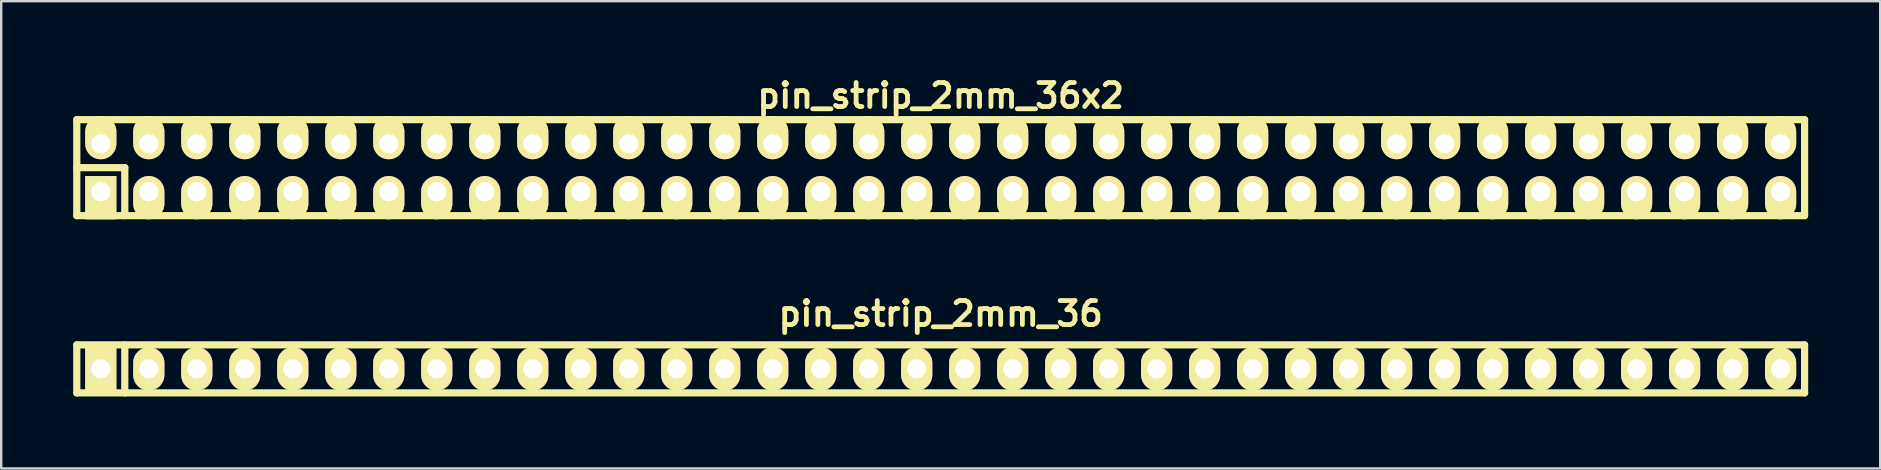
<source format=kicad_pcb>
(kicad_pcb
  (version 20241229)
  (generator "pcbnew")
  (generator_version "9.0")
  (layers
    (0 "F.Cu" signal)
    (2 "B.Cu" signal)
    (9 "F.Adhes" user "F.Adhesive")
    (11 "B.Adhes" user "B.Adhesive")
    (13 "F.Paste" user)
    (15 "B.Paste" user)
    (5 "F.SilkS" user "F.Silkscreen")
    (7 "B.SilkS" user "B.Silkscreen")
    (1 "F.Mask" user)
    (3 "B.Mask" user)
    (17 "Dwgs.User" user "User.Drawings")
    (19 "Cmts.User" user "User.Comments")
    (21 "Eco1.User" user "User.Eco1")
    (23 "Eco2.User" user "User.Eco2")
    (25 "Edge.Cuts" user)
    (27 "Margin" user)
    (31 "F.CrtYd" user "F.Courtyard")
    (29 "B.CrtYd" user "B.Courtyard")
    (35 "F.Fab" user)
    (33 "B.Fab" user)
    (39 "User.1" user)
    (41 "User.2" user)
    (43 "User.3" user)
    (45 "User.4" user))
  (footprint "pin_strip_2mm_36"
    (layer "F.Cu")
    (at 36.15 12.322)
    (property "Reference" "pin_strip_2mm_36" (at 0 -2.3 0) (layer "F.SilkS") (effects (font (size 1 1) (thickness 0.2))))
    (attr through_hole)
    (fp_line (start -36 -1) (end 36 -1) (stroke (width 0.3) (type solid)) (layer "F.SilkS"))
    (fp_line (start -36 1) (end -36 -1) (stroke (width 0.3) (type solid)) (layer "F.SilkS"))
    (fp_line (start -34 -1) (end -34 1) (stroke (width 0.3) (type solid)) (layer "F.SilkS"))
    (fp_line (start 36 -1) (end 36 1) (stroke (width 0.3) (type solid)) (layer "F.SilkS"))
    (fp_line (start 36 1) (end -36 1) (stroke (width 0.3) (type solid)) (layer "F.SilkS"))
    (pad "1" thru_hole rect (at -35 0) (size 1.3 1.8) (drill 0.8) (layers "*.Cu" "*.Mask" "F.SilkS"))
    (pad "2" thru_hole oval (at -33 0) (size 1.3 1.8) (drill 0.8) (layers "*.Cu" "*.Mask" "F.SilkS"))
    (pad "3" thru_hole oval (at -31 0) (size 1.3 1.8) (drill 0.8) (layers "*.Cu" "*.Mask" "F.SilkS"))
    (pad "4" thru_hole oval (at -29 0) (size 1.3 1.8) (drill 0.8) (layers "*.Cu" "*.Mask" "F.SilkS"))
    (pad "5" thru_hole oval (at -27 0) (size 1.3 1.8) (drill 0.8) (layers "*.Cu" "*.Mask" "F.SilkS"))
    (pad "6" thru_hole oval (at -25 0) (size 1.3 1.8) (drill 0.8) (layers "*.Cu" "*.Mask" "F.SilkS"))
    (pad "7" thru_hole oval (at -23 0) (size 1.3 1.8) (drill 0.8) (layers "*.Cu" "*.Mask" "F.SilkS"))
    (pad "8" thru_hole oval (at -21 0) (size 1.3 1.8) (drill 0.8) (layers "*.Cu" "*.Mask" "F.SilkS"))
    (pad "9" thru_hole oval (at -19 0) (size 1.3 1.8) (drill 0.8) (layers "*.Cu" "*.Mask" "F.SilkS"))
    (pad "10" thru_hole oval (at -17 0) (size 1.3 1.8) (drill 0.8) (layers "*.Cu" "*.Mask" "F.SilkS"))
    (pad "11" thru_hole oval (at -15 0) (size 1.3 1.8) (drill 0.8) (layers "*.Cu" "*.Mask" "F.SilkS"))
    (pad "12" thru_hole oval (at -13 0) (size 1.3 1.8) (drill 0.8) (layers "*.Cu" "*.Mask" "F.SilkS"))
    (pad "13" thru_hole oval (at -11 0) (size 1.3 1.8) (drill 0.8) (layers "*.Cu" "*.Mask" "F.SilkS"))
    (pad "14" thru_hole oval (at -9 0) (size 1.3 1.8) (drill 0.8) (layers "*.Cu" "*.Mask" "F.SilkS"))
    (pad "15" thru_hole oval (at -7 0) (size 1.3 1.8) (drill 0.8) (layers "*.Cu" "*.Mask" "F.SilkS"))
    (pad "16" thru_hole oval (at -5 0) (size 1.3 1.8) (drill 0.8) (layers "*.Cu" "*.Mask" "F.SilkS"))
    (pad "17" thru_hole oval (at -3 0) (size 1.3 1.8) (drill 0.8) (layers "*.Cu" "*.Mask" "F.SilkS"))
    (pad "18" thru_hole oval (at -1 0) (size 1.3 1.8) (drill 0.8) (layers "*.Cu" "*.Mask" "F.SilkS"))
    (pad "19" thru_hole oval (at 1 0) (size 1.3 1.8) (drill 0.8) (layers "*.Cu" "*.Mask" "F.SilkS"))
    (pad "20" thru_hole oval (at 3 0) (size 1.3 1.8) (drill 0.8) (layers "*.Cu" "*.Mask" "F.SilkS"))
    (pad "21" thru_hole oval (at 5 0) (size 1.3 1.8) (drill 0.8) (layers "*.Cu" "*.Mask" "F.SilkS"))
    (pad "22" thru_hole oval (at 7 0) (size 1.3 1.8) (drill 0.8) (layers "*.Cu" "*.Mask" "F.SilkS"))
    (pad "23" thru_hole oval (at 9 0) (size 1.3 1.8) (drill 0.8) (layers "*.Cu" "*.Mask" "F.SilkS"))
    (pad "24" thru_hole oval (at 11 0) (size 1.3 1.8) (drill 0.8) (layers "*.Cu" "*.Mask" "F.SilkS"))
    (pad "25" thru_hole oval (at 13 0) (size 1.3 1.8) (drill 0.8) (layers "*.Cu" "*.Mask" "F.SilkS"))
    (pad "26" thru_hole oval (at 15 0) (size 1.3 1.8) (drill 0.8) (layers "*.Cu" "*.Mask" "F.SilkS"))
    (pad "27" thru_hole oval (at 17 0) (size 1.3 1.8) (drill 0.8) (layers "*.Cu" "*.Mask" "F.SilkS"))
    (pad "28" thru_hole oval (at 19 0) (size 1.3 1.8) (drill 0.8) (layers "*.Cu" "*.Mask" "F.SilkS"))
    (pad "29" thru_hole oval (at 21 0) (size 1.3 1.8) (drill 0.8) (layers "*.Cu" "*.Mask" "F.SilkS"))
    (pad "30" thru_hole oval (at 23 0) (size 1.3 1.8) (drill 0.8) (layers "*.Cu" "*.Mask" "F.SilkS"))
    (pad "31" thru_hole oval (at 25 0) (size 1.3 1.8) (drill 0.8) (layers "*.Cu" "*.Mask" "F.SilkS"))
    (pad "32" thru_hole oval (at 27 0) (size 1.3 1.8) (drill 0.8) (layers "*.Cu" "*.Mask" "F.SilkS"))
    (pad "33" thru_hole oval (at 29 0) (size 1.3 1.8) (drill 0.8) (layers "*.Cu" "*.Mask" "F.SilkS"))
    (pad "34" thru_hole oval (at 31 0) (size 1.3 1.8) (drill 0.8) (layers "*.Cu" "*.Mask" "F.SilkS"))
    (pad "35" thru_hole oval (at 33 0) (size 1.3 1.8) (drill 0.8) (layers "*.Cu" "*.Mask" "F.SilkS"))
    (pad "36" thru_hole oval (at 35 0) (size 1.3 1.8) (drill 0.8) (layers "*.Cu" "*.Mask" "F.SilkS")))
  (footprint "pin_strip_2mm_36x2"
    (layer "F.Cu")
    (at 36.15 3.936)
    (property "Reference" "pin_strip_2mm_36x2" (at 0 -3 0) (layer "F.SilkS") (effects (font (size 1 1) (thickness 0.2))))
    (attr through_hole)
    (fp_line (start -36 -2) (end 36 -2) (stroke (width 0.3) (type solid)) (layer "F.SilkS"))
    (fp_line (start -36 0) (end -34 0) (stroke (width 0.3) (type solid)) (layer "F.SilkS"))
    (fp_line (start -36 2) (end -36 -2) (stroke (width 0.3) (type solid)) (layer "F.SilkS"))
    (fp_line (start -34 0) (end -34 2) (stroke (width 0.3) (type solid)) (layer "F.SilkS"))
    (fp_line (start 36 -2) (end 36 2) (stroke (width 0.3) (type solid)) (layer "F.SilkS"))
    (fp_line (start 36 2) (end -36 2) (stroke (width 0.3) (type solid)) (layer "F.SilkS"))
    (pad "1" thru_hole rect (at -35 1) (size 1.3 1.8) (drill 0.8 (offset 0 0.25)) (layers "*.Cu" "*.Mask" "F.SilkS"))
    (pad "2" thru_hole oval (at -35 -1) (size 1.3 1.8) (drill 0.8 (offset 0 -0.25)) (layers "*.Cu" "*.Mask" "F.SilkS"))
    (pad "3" thru_hole oval (at -33 1) (size 1.3 1.8) (drill 0.8 (offset 0 0.25)) (layers "*.Cu" "*.Mask" "F.SilkS"))
    (pad "4" thru_hole oval (at -33 -1) (size 1.3 1.8) (drill 0.8 (offset 0 -0.25)) (layers "*.Cu" "*.Mask" "F.SilkS"))
    (pad "5" thru_hole oval (at -31 1) (size 1.3 1.8) (drill 0.8 (offset 0 0.25)) (layers "*.Cu" "*.Mask" "F.SilkS"))
    (pad "6" thru_hole oval (at -31 -1) (size 1.3 1.8) (drill 0.8 (offset 0 -0.25)) (layers "*.Cu" "*.Mask" "F.SilkS"))
    (pad "7" thru_hole oval (at -29 1) (size 1.3 1.8) (drill 0.8 (offset 0 0.25)) (layers "*.Cu" "*.Mask" "F.SilkS"))
    (pad "8" thru_hole oval (at -29 -1) (size 1.3 1.8) (drill 0.8 (offset 0 -0.25)) (layers "*.Cu" "*.Mask" "F.SilkS"))
    (pad "9" thru_hole oval (at -27 1) (size 1.3 1.8) (drill 0.8 (offset 0 0.25)) (layers "*.Cu" "*.Mask" "F.SilkS"))
    (pad "10" thru_hole oval (at -27 -1) (size 1.3 1.8) (drill 0.8 (offset 0 -0.25)) (layers "*.Cu" "*.Mask" "F.SilkS"))
    (pad "11" thru_hole oval (at -25 1) (size 1.3 1.8) (drill 0.8 (offset 0 0.25)) (layers "*.Cu" "*.Mask" "F.SilkS"))
    (pad "12" thru_hole oval (at -25 -1) (size 1.3 1.8) (drill 0.8 (offset 0 -0.25)) (layers "*.Cu" "*.Mask" "F.SilkS"))
    (pad "13" thru_hole oval (at -23 1) (size 1.3 1.8) (drill 0.8 (offset 0 0.25)) (layers "*.Cu" "*.Mask" "F.SilkS"))
    (pad "14" thru_hole oval (at -23 -1) (size 1.3 1.8) (drill 0.8 (offset 0 -0.25)) (layers "*.Cu" "*.Mask" "F.SilkS"))
    (pad "15" thru_hole oval (at -21 1) (size 1.3 1.8) (drill 0.8 (offset 0 0.25)) (layers "*.Cu" "*.Mask" "F.SilkS"))
    (pad "16" thru_hole oval (at -21 -1) (size 1.3 1.8) (drill 0.8 (offset 0 -0.25)) (layers "*.Cu" "*.Mask" "F.SilkS"))
    (pad "17" thru_hole oval (at -19 1) (size 1.3 1.8) (drill 0.8 (offset 0 0.25)) (layers "*.Cu" "*.Mask" "F.SilkS"))
    (pad "18" thru_hole oval (at -19 -1) (size 1.3 1.8) (drill 0.8 (offset 0 -0.25)) (layers "*.Cu" "*.Mask" "F.SilkS"))
    (pad "19" thru_hole oval (at -17 1) (size 1.3 1.8) (drill 0.8 (offset 0 0.25)) (layers "*.Cu" "*.Mask" "F.SilkS"))
    (pad "20" thru_hole oval (at -17 -1) (size 1.3 1.8) (drill 0.8 (offset 0 -0.25)) (layers "*.Cu" "*.Mask" "F.SilkS"))
    (pad "21" thru_hole oval (at -15 1) (size 1.3 1.8) (drill 0.8 (offset 0 0.25)) (layers "*.Cu" "*.Mask" "F.SilkS"))
    (pad "22" thru_hole oval (at -15 -1) (size 1.3 1.8) (drill 0.8 (offset 0 -0.25)) (layers "*.Cu" "*.Mask" "F.SilkS"))
    (pad "23" thru_hole oval (at -13 1) (size 1.3 1.8) (drill 0.8 (offset 0 0.25)) (layers "*.Cu" "*.Mask" "F.SilkS"))
    (pad "24" thru_hole oval (at -13 -1) (size 1.3 1.8) (drill 0.8 (offset 0 -0.25)) (layers "*.Cu" "*.Mask" "F.SilkS"))
    (pad "25" thru_hole oval (at -11 1) (size 1.3 1.8) (drill 0.8 (offset 0 0.25)) (layers "*.Cu" "*.Mask" "F.SilkS"))
    (pad "26" thru_hole oval (at -11 -1) (size 1.3 1.8) (drill 0.8 (offset 0 -0.25)) (layers "*.Cu" "*.Mask" "F.SilkS"))
    (pad "27" thru_hole oval (at -9 1) (size 1.3 1.8) (drill 0.8 (offset 0 0.25)) (layers "*.Cu" "*.Mask" "F.SilkS"))
    (pad "28" thru_hole oval (at -9 -1) (size 1.3 1.8) (drill 0.8 (offset 0 -0.25)) (layers "*.Cu" "*.Mask" "F.SilkS"))
    (pad "29" thru_hole oval (at -7 1) (size 1.3 1.8) (drill 0.8 (offset 0 0.25)) (layers "*.Cu" "*.Mask" "F.SilkS"))
    (pad "30" thru_hole oval (at -7 -1) (size 1.3 1.8) (drill 0.8 (offset 0 -0.25)) (layers "*.Cu" "*.Mask" "F.SilkS"))
    (pad "31" thru_hole oval (at -5 1) (size 1.3 1.8) (drill 0.8 (offset 0 0.25)) (layers "*.Cu" "*.Mask" "F.SilkS"))
    (pad "32" thru_hole oval (at -5 -1) (size 1.3 1.8) (drill 0.8 (offset 0 -0.25)) (layers "*.Cu" "*.Mask" "F.SilkS"))
    (pad "33" thru_hole oval (at -3 1) (size 1.3 1.8) (drill 0.8 (offset 0 0.25)) (layers "*.Cu" "*.Mask" "F.SilkS"))
    (pad "34" thru_hole oval (at -3 -1) (size 1.3 1.8) (drill 0.8 (offset 0 -0.25)) (layers "*.Cu" "*.Mask" "F.SilkS"))
    (pad "35" thru_hole oval (at -1 1) (size 1.3 1.8) (drill 0.8 (offset 0 0.25)) (layers "*.Cu" "*.Mask" "F.SilkS"))
    (pad "36" thru_hole oval (at -1 -1) (size 1.3 1.8) (drill 0.8 (offset 0 -0.25)) (layers "*.Cu" "*.Mask" "F.SilkS"))
    (pad "37" thru_hole oval (at 1 1) (size 1.3 1.8) (drill 0.8 (offset 0 0.25)) (layers "*.Cu" "*.Mask" "F.SilkS"))
    (pad "38" thru_hole oval (at 1 -1) (size 1.3 1.8) (drill 0.8 (offset 0 -0.25)) (layers "*.Cu" "*.Mask" "F.SilkS"))
    (pad "39" thru_hole oval (at 3 1) (size 1.3 1.8) (drill 0.8 (offset 0 0.25)) (layers "*.Cu" "*.Mask" "F.SilkS"))
    (pad "40" thru_hole oval (at 3 -1) (size 1.3 1.8) (drill 0.8 (offset 0 -0.25)) (layers "*.Cu" "*.Mask" "F.SilkS"))
    (pad "41" thru_hole oval (at 5 1) (size 1.3 1.8) (drill 0.8 (offset 0 0.25)) (layers "*.Cu" "*.Mask" "F.SilkS"))
    (pad "42" thru_hole oval (at 5 -1) (size 1.3 1.8) (drill 0.8 (offset 0 -0.25)) (layers "*.Cu" "*.Mask" "F.SilkS"))
    (pad "43" thru_hole oval (at 7 1) (size 1.3 1.8) (drill 0.8 (offset 0 0.25)) (layers "*.Cu" "*.Mask" "F.SilkS"))
    (pad "44" thru_hole oval (at 7 -1) (size 1.3 1.8) (drill 0.8 (offset 0 -0.25)) (layers "*.Cu" "*.Mask" "F.SilkS"))
    (pad "45" thru_hole oval (at 9 1) (size 1.3 1.8) (drill 0.8 (offset 0 0.25)) (layers "*.Cu" "*.Mask" "F.SilkS"))
    (pad "46" thru_hole oval (at 9 -1) (size 1.3 1.8) (drill 0.8 (offset 0 -0.25)) (layers "*.Cu" "*.Mask" "F.SilkS"))
    (pad "47" thru_hole oval (at 11 1) (size 1.3 1.8) (drill 0.8 (offset 0 0.25)) (layers "*.Cu" "*.Mask" "F.SilkS"))
    (pad "48" thru_hole oval (at 11 -1) (size 1.3 1.8) (drill 0.8 (offset 0 -0.25)) (layers "*.Cu" "*.Mask" "F.SilkS"))
    (pad "49" thru_hole oval (at 13 1) (size 1.3 1.8) (drill 0.8 (offset 0 0.25)) (layers "*.Cu" "*.Mask" "F.SilkS"))
    (pad "50" thru_hole oval (at 13 -1) (size 1.3 1.8) (drill 0.8 (offset 0 -0.25)) (layers "*.Cu" "*.Mask" "F.SilkS"))
    (pad "51" thru_hole oval (at 15 1) (size 1.3 1.8) (drill 0.8 (offset 0 0.25)) (layers "*.Cu" "*.Mask" "F.SilkS"))
    (pad "52" thru_hole oval (at 15 -1) (size 1.3 1.8) (drill 0.8 (offset 0 -0.25)) (layers "*.Cu" "*.Mask" "F.SilkS"))
    (pad "53" thru_hole oval (at 17 1) (size 1.3 1.8) (drill 0.8 (offset 0 0.25)) (layers "*.Cu" "*.Mask" "F.SilkS"))
    (pad "54" thru_hole oval (at 17 -1) (size 1.3 1.8) (drill 0.8 (offset 0 -0.25)) (layers "*.Cu" "*.Mask" "F.SilkS"))
    (pad "55" thru_hole oval (at 19 1) (size 1.3 1.8) (drill 0.8 (offset 0 0.25)) (layers "*.Cu" "*.Mask" "F.SilkS"))
    (pad "56" thru_hole oval (at 19 -1) (size 1.3 1.8) (drill 0.8 (offset 0 -0.25)) (layers "*.Cu" "*.Mask" "F.SilkS"))
    (pad "57" thru_hole oval (at 21 1) (size 1.3 1.8) (drill 0.8 (offset 0 0.25)) (layers "*.Cu" "*.Mask" "F.SilkS"))
    (pad "58" thru_hole oval (at 21 -1) (size 1.3 1.8) (drill 0.8 (offset 0 -0.25)) (layers "*.Cu" "*.Mask" "F.SilkS"))
    (pad "59" thru_hole oval (at 23 1) (size 1.3 1.8) (drill 0.8 (offset 0 0.25)) (layers "*.Cu" "*.Mask" "F.SilkS"))
    (pad "60" thru_hole oval (at 23 -1) (size 1.3 1.8) (drill 0.8 (offset 0 -0.25)) (layers "*.Cu" "*.Mask" "F.SilkS"))
    (pad "61" thru_hole oval (at 25 1) (size 1.3 1.8) (drill 0.8 (offset 0 0.25)) (layers "*.Cu" "*.Mask" "F.SilkS"))
    (pad "62" thru_hole oval (at 25 -1) (size 1.3 1.8) (drill 0.8 (offset 0 -0.25)) (layers "*.Cu" "*.Mask" "F.SilkS"))
    (pad "63" thru_hole oval (at 27 1) (size 1.3 1.8) (drill 0.8 (offset 0 0.25)) (layers "*.Cu" "*.Mask" "F.SilkS"))
    (pad "64" thru_hole oval (at 27 -1) (size 1.3 1.8) (drill 0.8 (offset 0 -0.25)) (layers "*.Cu" "*.Mask" "F.SilkS"))
    (pad "65" thru_hole oval (at 29 1) (size 1.3 1.8) (drill 0.8 (offset 0 0.25)) (layers "*.Cu" "*.Mask" "F.SilkS"))
    (pad "66" thru_hole oval (at 29 -1) (size 1.3 1.8) (drill 0.8 (offset 0 -0.25)) (layers "*.Cu" "*.Mask" "F.SilkS"))
    (pad "67" thru_hole oval (at 31 1) (size 1.3 1.8) (drill 0.8 (offset 0 0.25)) (layers "*.Cu" "*.Mask" "F.SilkS"))
    (pad "68" thru_hole oval (at 31 -1) (size 1.3 1.8) (drill 0.8 (offset 0 -0.25)) (layers "*.Cu" "*.Mask" "F.SilkS"))
    (pad "69" thru_hole oval (at 33 1) (size 1.3 1.8) (drill 0.8 (offset 0 0.25)) (layers "*.Cu" "*.Mask" "F.SilkS"))
    (pad "70" thru_hole oval (at 33 -1) (size 1.3 1.8) (drill 0.8 (offset 0 -0.25)) (layers "*.Cu" "*.Mask" "F.SilkS"))
    (pad "71" thru_hole oval (at 35 1) (size 1.3 1.8) (drill 0.8 (offset 0 0.25)) (layers "*.Cu" "*.Mask" "F.SilkS"))
    (pad "72" thru_hole oval (at 35 -1) (size 1.3 1.8) (drill 0.8 (offset 0 -0.25)) (layers "*.Cu" "*.Mask" "F.SilkS")))
  (gr_rect
    (start -3 -3)
    (end 75.3 16.472)
    (stroke (width 0.1) (type default))
    (fill no)
    (layer "Edge.Cuts")))
</source>
